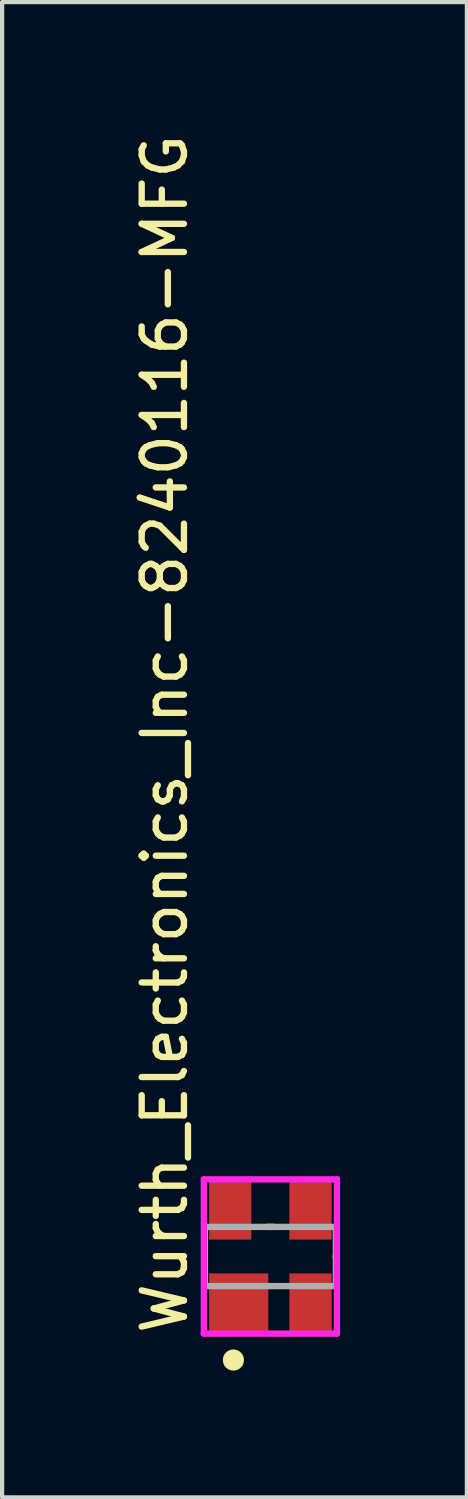
<source format=kicad_pcb>
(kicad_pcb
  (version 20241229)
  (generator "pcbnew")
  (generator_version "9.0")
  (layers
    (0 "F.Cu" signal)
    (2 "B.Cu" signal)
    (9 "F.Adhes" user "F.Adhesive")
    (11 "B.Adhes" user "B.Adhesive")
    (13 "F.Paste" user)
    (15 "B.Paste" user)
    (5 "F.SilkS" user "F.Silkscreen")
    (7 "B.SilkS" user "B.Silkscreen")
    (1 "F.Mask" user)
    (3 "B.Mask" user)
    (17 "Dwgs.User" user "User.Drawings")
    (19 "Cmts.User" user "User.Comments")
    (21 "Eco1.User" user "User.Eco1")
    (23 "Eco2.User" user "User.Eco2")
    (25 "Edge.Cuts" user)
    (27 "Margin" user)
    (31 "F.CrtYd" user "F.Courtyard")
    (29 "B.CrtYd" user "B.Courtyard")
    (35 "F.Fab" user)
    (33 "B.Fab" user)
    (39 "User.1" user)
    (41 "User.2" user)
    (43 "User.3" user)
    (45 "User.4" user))
  (footprint "Wurth_Electronics_Inc-8240116-MFG"
    (layer "F.Cu")
    (at 3.348 26.683)
    (property "Reference" "Wurth_Electronics_Inc-8240116-MFG" (at -2.5 1.9 90) (layer "F.SilkS") (effects (font (size 1 1) (thickness 0.15)) (justify left)))
    (attr through_hole)
    (fp_line (start -1.55 0.025) (end -1.55 -0.025) (stroke (width 0.15) (type solid)) (layer "F.SilkS"))
    (fp_line (start -0.075 -0.7) (end 0.075 -0.7) (stroke (width 0.15) (type solid)) (layer "F.SilkS"))
    (fp_line (start 1.55 0.025) (end 1.55 -0.025) (stroke (width 0.15) (type solid)) (layer "F.SilkS"))
    (fp_circle (center -0.875 2.45) (end -0.75 2.45) (stroke (width 0.25) (type solid)) (fill no) (layer "F.SilkS"))
    (fp_line (start -1.575 -1.825) (end -1.575 1.825) (stroke (width 0.15) (type solid)) (layer "F.CrtYd"))
    (fp_line (start -1.575 1.825) (end 1.575 1.825) (stroke (width 0.15) (type solid)) (layer "F.CrtYd"))
    (fp_line (start 1.575 -1.825) (end -1.575 -1.825) (stroke (width 0.15) (type solid)) (layer "F.CrtYd"))
    (fp_line (start 1.575 -1.825) (end 1.575 -1.825) (stroke (width 0.15) (type solid)) (layer "F.CrtYd"))
    (fp_line (start 1.575 1.825) (end 1.575 -1.825) (stroke (width 0.15) (type solid)) (layer "F.CrtYd"))
    (fp_line (start -1.55 -0.7) (end 1.55 -0.7) (stroke (width 0.15) (type solid)) (layer "F.Fab"))
    (fp_line (start -1.55 0.7) (end -1.55 -0.7) (stroke (width 0.15) (type solid)) (layer "F.Fab"))
    (fp_line (start 1.55 -0.7) (end 1.55 0.7) (stroke (width 0.15) (type solid)) (layer "F.Fab"))
    (fp_line (start 1.55 0.7) (end -1.55 0.7) (stroke (width 0.15) (type solid)) (layer "F.Fab"))
    (pad "1" smd rect (at -0.75 1.1) (size 1.4 1.4) (layers "F.Cu" "F.Mask" "F.Paste"))
    (pad "2" smd rect (at 0.95 1.1) (size 1 1.4) (layers "F.Cu" "F.Mask" "F.Paste"))
    (pad "3" smd rect (at 0.95 -1.1) (size 1 1.4) (layers "F.Cu" "F.Mask" "F.Paste"))
    (pad "4" smd rect (at -0.95 -1.1) (size 1 1.4) (layers "F.Cu" "F.Mask" "F.Paste")))
  (gr_rect
    (start -3 -3)
    (end 7.998 32.383)
    (stroke (width 0.1) (type default))
    (fill no)
    (layer "Edge.Cuts")))
</source>
